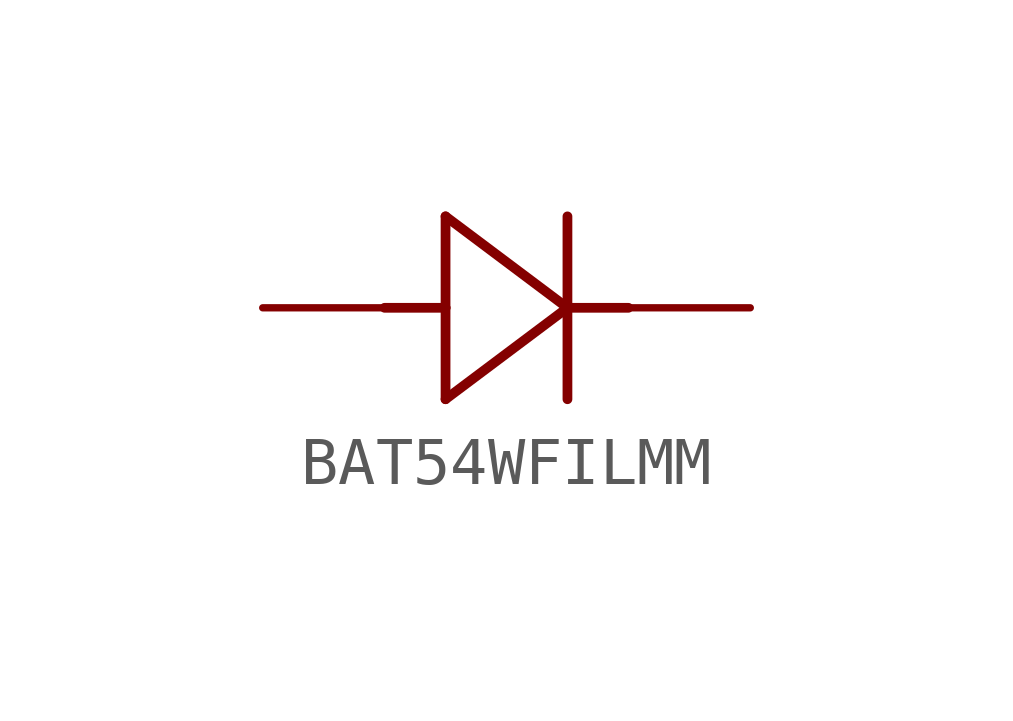
<source format=kicad_sym>
(kicad_symbol_lib
  (version 20220914)
  (generator kicad_symbol_editor)
  (symbol "BAT54WFILMM"
    (property "Reference" ""
      (at -2.819 2.692 0)
      (effects (font (size 3.48 2.958)) (justify left bottom) hide))
    (property "ki_locked" ""
      (at 0 0 0)
      (effects (font (size 1.27 1.27))))
    (symbol "BAT54WFILMM_1_0"
      (polyline (pts (xy 2.54 0) (xy 3.81 0)) (stroke (width 0.203) (type solid)) (fill (type none)))
      (polyline (pts (xy 3.81 -1.905) (xy 6.35 0)) (stroke (width 0.203) (type solid)) (fill (type none)))
      (polyline (pts (xy 3.81 0) (xy 3.81 -1.905)) (stroke (width 0.203) (type solid)) (fill (type none)))
      (polyline (pts (xy 3.81 1.905) (xy 3.81 0)) (stroke (width 0.203) (type solid)) (fill (type none)))
      (polyline (pts (xy 6.35 -1.905) (xy 6.35 0)) (stroke (width 0.203) (type solid)) (fill (type none)))
      (polyline (pts (xy 6.35 0) (xy 3.81 1.905)) (stroke (width 0.203) (type solid)) (fill (type none)))
      (polyline (pts (xy 6.35 0) (xy 6.35 1.905)) (stroke (width 0.203) (type solid)) (fill (type none)))
      (polyline (pts (xy 6.35 0) (xy 7.62 0)) (stroke (width 0.203) (type solid)) (fill (type none)))
      (pin passive line (at 0 0 0) (length 2.54) (name "1" (effects (font (size 0 0)))) (number "1" (effects (font (size 0 0)))))
      (pin passive line (at 10.16 0 180) (length 2.54) (name "2" (effects (font (size 0 0)))) (number "3" (effects (font (size 0 0))))))))
</source>
